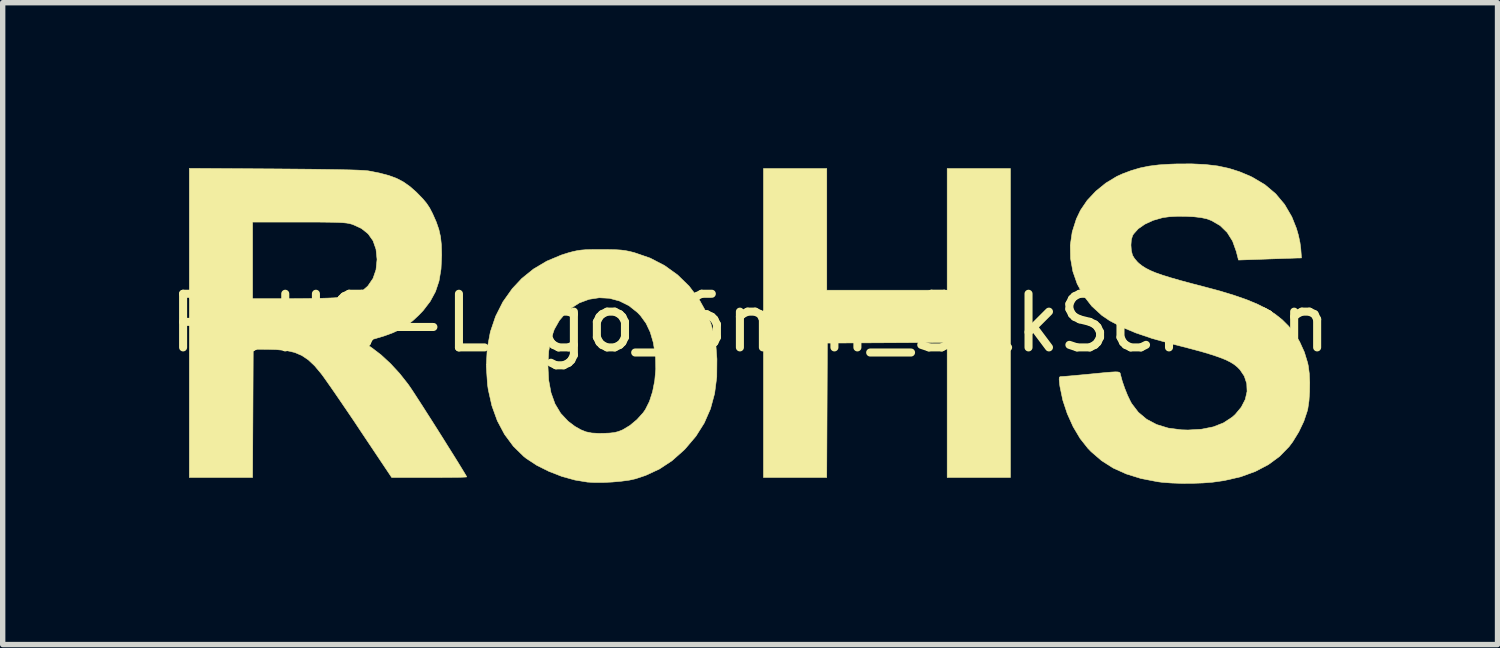
<source format=kicad_pcb>
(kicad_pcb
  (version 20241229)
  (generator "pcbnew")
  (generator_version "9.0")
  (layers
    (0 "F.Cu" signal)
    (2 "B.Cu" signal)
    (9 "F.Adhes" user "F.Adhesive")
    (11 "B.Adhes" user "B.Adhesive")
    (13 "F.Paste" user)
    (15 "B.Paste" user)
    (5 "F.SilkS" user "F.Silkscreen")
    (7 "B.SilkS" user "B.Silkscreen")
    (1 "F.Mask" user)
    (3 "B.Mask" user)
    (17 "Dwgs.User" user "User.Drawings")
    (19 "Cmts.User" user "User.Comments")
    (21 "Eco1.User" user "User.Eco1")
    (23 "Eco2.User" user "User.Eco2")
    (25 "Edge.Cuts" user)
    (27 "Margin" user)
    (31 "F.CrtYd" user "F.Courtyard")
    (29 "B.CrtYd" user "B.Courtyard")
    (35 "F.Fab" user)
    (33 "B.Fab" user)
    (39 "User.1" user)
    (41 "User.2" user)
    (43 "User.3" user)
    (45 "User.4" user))
  (footprint "RoHS-Logo_6mm_SilkScreen"
    (layer "F.Cu")
    (at 10.935 2.972)
    (property "Reference" "RoHS-Logo_6mm_SilkScreen" (at 0 0 0) (layer "F.SilkS") (effects (font (size 1 1) (thickness 0.15))))
    (attr exclude_from_pos_files exclude_from_bom allow_missing_courtyard)
    (fp_poly (pts (xy 1.429 -0.612) (xy 3.674 -0.612) (xy 3.674 -2.88) (xy 4.853 -2.88) (xy 4.853 2.88) (xy 3.674 2.88) (xy 3.674 0.362) (xy 2.557 0.368) (xy 1.44 0.374) (xy 1.434 1.627) (xy 1.428 2.88) (xy 0.249 2.88) (xy 0.249 -2.88) (xy 1.429 -2.88) (xy 1.429 -0.612)) (stroke (width 0.01) (type solid)) (fill yes) (layer "F.SilkS"))
    (fp_poly (pts (xy -2.767 -1.37) (xy -2.615 -1.369) (xy -2.499 -1.366) (xy -2.406 -1.36) (xy -2.327 -1.35) (xy -2.251 -1.335) (xy -2.167 -1.314) (xy -2.153 -1.31) (xy -1.863 -1.21) (xy -1.595 -1.071) (xy -1.353 -0.897) (xy -1.14 -0.69) (xy -0.958 -0.452) (xy -0.815 -0.195) (xy -0.732 0.009) (xy -0.673 0.218) (xy -0.636 0.446) (xy -0.619 0.671) (xy -0.622 1.005) (xy -0.662 1.314) (xy -0.739 1.599) (xy -0.855 1.864) (xy -1.01 2.11) (xy -1.205 2.34) (xy -1.235 2.371) (xy -1.456 2.567) (xy -1.691 2.722) (xy -1.947 2.841) (xy -2.136 2.904) (xy -2.254 2.93) (xy -2.404 2.95) (xy -2.571 2.965) (xy -2.743 2.973) (xy -2.905 2.973) (xy -3.032 2.966) (xy -3.269 2.927) (xy -3.513 2.859) (xy -3.752 2.766) (xy -3.975 2.655) (xy -4.169 2.528) (xy -4.22 2.488) (xy -4.414 2.298) (xy -4.579 2.075) (xy -4.713 1.823) (xy -4.814 1.544) (xy -4.882 1.243) (xy -4.896 1.145) (xy -4.919 0.802) (xy -4.918 0.794) (xy -3.77 0.794) (xy -3.756 1.064) (xy -3.712 1.301) (xy -3.638 1.507) (xy -3.532 1.684) (xy -3.393 1.832) (xy -3.266 1.928) (xy -3.159 1.989) (xy -3.06 2.029) (xy -2.952 2.051) (xy -2.822 2.058) (xy -2.733 2.057) (xy -2.616 2.052) (xy -2.53 2.042) (xy -2.458 2.024) (xy -2.387 1.996) (xy -2.376 1.991) (xy -2.242 1.911) (xy -2.11 1.801) (xy -1.996 1.675) (xy -1.953 1.614) (xy -1.877 1.462) (xy -1.818 1.278) (xy -1.778 1.074) (xy -1.759 0.86) (xy -1.763 0.648) (xy -1.768 0.595) (xy -1.805 0.365) (xy -1.862 0.171) (xy -1.94 0.006) (xy -2.043 -0.136) (xy -2.099 -0.195) (xy -2.26 -0.323) (xy -2.437 -0.411) (xy -2.623 -0.461) (xy -2.814 -0.471) (xy -3.003 -0.442) (xy -3.184 -0.375) (xy -3.351 -0.268) (xy -3.432 -0.195) (xy -3.557 -0.047) (xy -3.651 0.119) (xy -3.716 0.308) (xy -3.755 0.526) (xy -3.77 0.777) (xy -3.77 0.794) (xy -4.918 0.794) (xy -4.901 0.475) (xy -4.843 0.165) (xy -4.745 -0.125) (xy -4.609 -0.394) (xy -4.434 -0.641) (xy -4.255 -0.832) (xy -4.038 -1.007) (xy -3.79 -1.154) (xy -3.518 -1.268) (xy -3.388 -1.309) (xy -3.302 -1.332) (xy -3.227 -1.348) (xy -3.154 -1.359) (xy -3.072 -1.366) (xy -2.97 -1.369) (xy -2.838 -1.37) (xy -2.767 -1.37)) (stroke (width 0.01) (type solid)) (fill yes) (layer "F.SilkS"))
    (fp_poly (pts (xy -8.862 -2.873) (xy -8.505 -2.87) (xy -8.187 -2.867) (xy -7.908 -2.863) (xy -7.669 -2.859) (xy -7.47 -2.855) (xy -7.314 -2.85) (xy -7.201 -2.844) (xy -7.132 -2.838) (xy -7.121 -2.837) (xy -6.911 -2.796) (xy -6.736 -2.75) (xy -6.59 -2.696) (xy -6.461 -2.628) (xy -6.342 -2.544) (xy -6.223 -2.439) (xy -6.198 -2.414) (xy -6.102 -2.315) (xy -6.032 -2.231) (xy -5.975 -2.145) (xy -5.923 -2.045) (xy -5.92 -2.039) (xy -5.851 -1.883) (xy -5.803 -1.744) (xy -5.772 -1.607) (xy -5.756 -1.457) (xy -5.751 -1.279) (xy -5.751 -1.259) (xy -5.763 -1.005) (xy -5.8 -0.783) (xy -5.866 -0.585) (xy -5.964 -0.404) (xy -6.095 -0.233) (xy -6.178 -0.146) (xy -6.289 -0.043) (xy -6.4 0.042) (xy -6.519 0.115) (xy -6.654 0.179) (xy -6.813 0.238) (xy -7.005 0.296) (xy -7.141 0.332) (xy -7.217 0.352) (xy -7.05 0.465) (xy -6.88 0.595) (xy -6.705 0.757) (xy -6.535 0.941) (xy -6.381 1.136) (xy -6.358 1.168) (xy -6.319 1.225) (xy -6.262 1.311) (xy -6.191 1.421) (xy -6.108 1.549) (xy -6.017 1.692) (xy -5.919 1.845) (xy -5.819 2.003) (xy -5.72 2.16) (xy -5.624 2.314) (xy -5.534 2.457) (xy -5.453 2.587) (xy -5.385 2.698) (xy -5.332 2.785) (xy -5.297 2.843) (xy -5.284 2.869) (xy -5.284 2.87) (xy -5.306 2.872) (xy -5.368 2.875) (xy -5.464 2.877) (xy -5.589 2.878) (xy -5.737 2.879) (xy -5.904 2.88) (xy -5.983 2.88) (xy -6.682 2.88) (xy -7.262 2.013) (xy -7.386 1.826) (xy -7.509 1.645) (xy -7.627 1.472) (xy -7.735 1.314) (xy -7.831 1.176) (xy -7.911 1.062) (xy -7.972 0.977) (xy -8 0.94) (xy -8.12 0.797) (xy -8.237 0.687) (xy -8.359 0.605) (xy -8.494 0.548) (xy -8.651 0.513) (xy -8.839 0.495) (xy -8.979 0.491) (xy -9.264 0.488) (xy -9.276 2.88) (xy -10.455 2.88) (xy -10.455 -1.882) (xy -9.276 -1.882) (xy -9.276 -0.454) (xy -8.567 -0.454) (xy -8.381 -0.455) (xy -8.2 -0.457) (xy -8.031 -0.46) (xy -7.883 -0.464) (xy -7.762 -0.469) (xy -7.677 -0.475) (xy -7.66 -0.477) (xy -7.481 -0.505) (xy -7.34 -0.546) (xy -7.227 -0.604) (xy -7.137 -0.68) (xy -7.123 -0.695) (xy -7.03 -0.832) (xy -6.975 -0.992) (xy -6.956 -1.178) (xy -6.956 -1.191) (xy -6.975 -1.376) (xy -7.03 -1.533) (xy -7.121 -1.662) (xy -7.247 -1.763) (xy -7.409 -1.837) (xy -7.439 -1.846) (xy -7.478 -1.856) (xy -7.526 -1.864) (xy -7.589 -1.87) (xy -7.67 -1.875) (xy -7.775 -1.878) (xy -7.909 -1.88) (xy -8.076 -1.882) (xy -8.281 -1.882) (xy -8.418 -1.882) (xy -9.276 -1.882) (xy -10.455 -1.882) (xy -10.455 -2.883) (xy -8.862 -2.873)) (stroke (width 0.01) (type solid)) (fill yes) (layer "F.SilkS"))
    (fp_poly (pts (xy 8.487 -2.955) (xy 8.716 -2.928) (xy 8.926 -2.883) (xy 9.125 -2.82) (xy 9.321 -2.738) (xy 9.364 -2.717) (xy 9.597 -2.579) (xy 9.797 -2.41) (xy 9.964 -2.211) (xy 10.099 -1.98) (xy 10.185 -1.765) (xy 10.222 -1.637) (xy 10.251 -1.501) (xy 10.266 -1.389) (xy 10.279 -1.213) (xy 10.214 -1.212) (xy 10.173 -1.211) (xy 10.094 -1.208) (xy 9.985 -1.205) (xy 9.852 -1.2) (xy 9.704 -1.195) (xy 9.627 -1.192) (xy 9.105 -1.174) (xy 9.064 -1.334) (xy 8.995 -1.527) (xy 8.894 -1.688) (xy 8.763 -1.816) (xy 8.603 -1.909) (xy 8.516 -1.942) (xy 8.411 -1.965) (xy 8.275 -1.981) (xy 8.122 -1.989) (xy 7.966 -1.99) (xy 7.82 -1.982) (xy 7.699 -1.966) (xy 7.69 -1.964) (xy 7.514 -1.914) (xy 7.36 -1.843) (xy 7.236 -1.757) (xy 7.148 -1.659) (xy 7.13 -1.628) (xy 7.107 -1.552) (xy 7.1 -1.453) (xy 7.107 -1.35) (xy 7.129 -1.263) (xy 7.129 -1.263) (xy 7.165 -1.204) (xy 7.22 -1.139) (xy 7.247 -1.113) (xy 7.307 -1.066) (xy 7.376 -1.022) (xy 7.46 -0.979) (xy 7.562 -0.936) (xy 7.688 -0.892) (xy 7.842 -0.844) (xy 8.027 -0.791) (xy 8.25 -0.731) (xy 8.436 -0.683) (xy 8.75 -0.599) (xy 9.023 -0.516) (xy 9.259 -0.434) (xy 9.463 -0.349) (xy 9.639 -0.26) (xy 9.79 -0.164) (xy 9.922 -0.059) (xy 10.038 0.057) (xy 10.134 0.173) (xy 10.243 0.345) (xy 10.333 0.543) (xy 10.395 0.746) (xy 10.407 0.804) (xy 10.425 0.945) (xy 10.433 1.111) (xy 10.43 1.285) (xy 10.419 1.451) (xy 10.398 1.595) (xy 10.387 1.641) (xy 10.323 1.833) (xy 10.229 2.03) (xy 10.115 2.216) (xy 10.048 2.305) (xy 9.873 2.485) (xy 9.662 2.64) (xy 9.418 2.768) (xy 9.142 2.868) (xy 8.836 2.938) (xy 8.623 2.968) (xy 8.446 2.982) (xy 8.25 2.989) (xy 8.048 2.99) (xy 7.853 2.983) (xy 7.682 2.97) (xy 7.597 2.959) (xy 7.287 2.899) (xy 7.013 2.814) (xy 6.769 2.704) (xy 6.553 2.567) (xy 6.358 2.399) (xy 6.298 2.337) (xy 6.152 2.152) (xy 6.022 1.933) (xy 5.913 1.691) (xy 5.829 1.438) (xy 5.776 1.183) (xy 5.769 1.128) (xy 5.762 1.055) (xy 5.764 1.016) (xy 5.778 1.001) (xy 5.807 0.998) (xy 5.808 0.998) (xy 5.847 0.996) (xy 5.923 0.99) (xy 6.028 0.981) (xy 6.156 0.969) (xy 6.297 0.956) (xy 6.327 0.953) (xy 6.501 0.936) (xy 6.635 0.923) (xy 6.735 0.915) (xy 6.805 0.911) (xy 6.852 0.912) (xy 6.88 0.918) (xy 6.895 0.929) (xy 6.902 0.945) (xy 6.906 0.966) (xy 6.907 0.97) (xy 6.938 1.085) (xy 6.984 1.218) (xy 7.037 1.35) (xy 7.092 1.464) (xy 7.113 1.502) (xy 7.237 1.664) (xy 7.392 1.794) (xy 7.579 1.893) (xy 7.795 1.959) (xy 8.04 1.991) (xy 8.164 1.995) (xy 8.417 1.98) (xy 8.637 1.936) (xy 8.827 1.861) (xy 8.988 1.755) (xy 9.044 1.705) (xy 9.157 1.569) (xy 9.231 1.425) (xy 9.265 1.276) (xy 9.259 1.129) (xy 9.213 0.99) (xy 9.133 0.871) (xy 9.082 0.819) (xy 9.023 0.772) (xy 8.952 0.728) (xy 8.863 0.684) (xy 8.754 0.641) (xy 8.62 0.595) (xy 8.456 0.545) (xy 8.259 0.491) (xy 8.024 0.43) (xy 7.854 0.387) (xy 7.501 0.29) (xy 7.192 0.185) (xy 6.926 0.074) (xy 6.704 -0.043) (xy 6.558 -0.142) (xy 6.37 -0.314) (xy 6.216 -0.512) (xy 6.098 -0.729) (xy 6.017 -0.962) (xy 5.974 -1.204) (xy 5.969 -1.451) (xy 6.005 -1.698) (xy 6.082 -1.94) (xy 6.16 -2.103) (xy 6.285 -2.287) (xy 6.446 -2.458) (xy 6.633 -2.61) (xy 6.837 -2.733) (xy 6.945 -2.782) (xy 7.111 -2.844) (xy 7.272 -2.891) (xy 7.438 -2.925) (xy 7.621 -2.948) (xy 7.832 -2.961) (xy 7.938 -2.965) (xy 8.23 -2.967) (xy 8.487 -2.955)) (stroke (width 0.01) (type solid)) (fill yes) (layer "F.SilkS")))
  (gr_rect
    (start -3 -3)
    (end 24.869 8.967)
    (stroke (width 0.1) (type default))
    (fill no)
    (layer "Edge.Cuts")))
</source>
